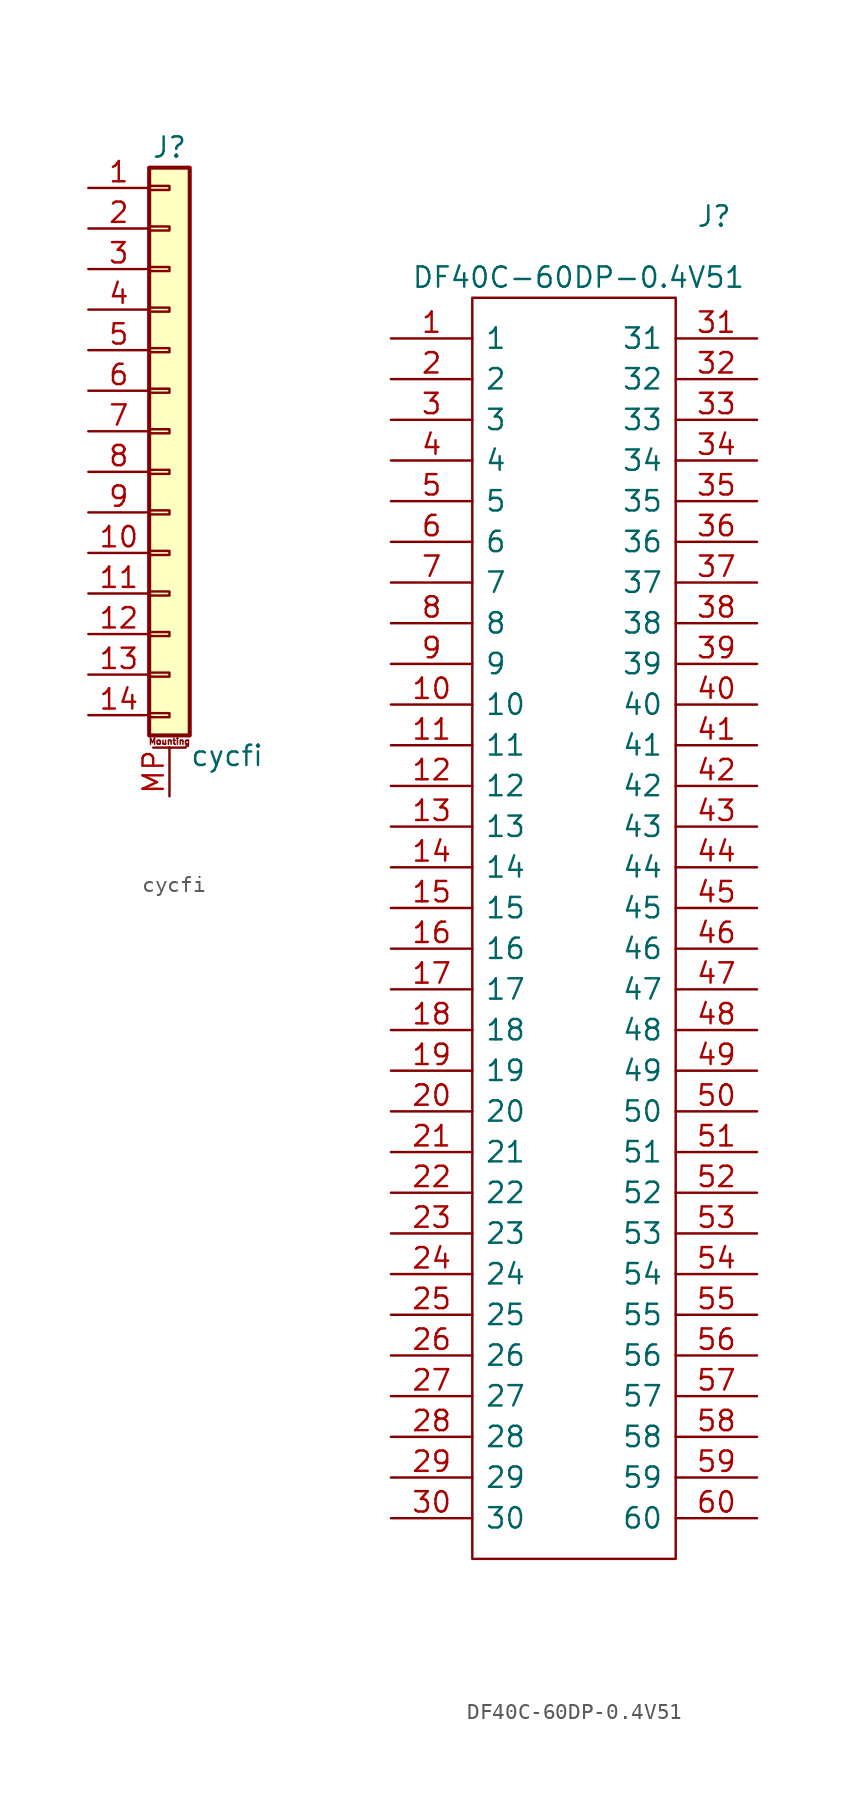
<source format=kicad_sym>
(kicad_symbol_lib
  (version 20241209)
  (generator "kicad_symbol_editor")
  (generator_version "9.0")
  (symbol "cycfi"
    (pin_names
      (offset 1.016)
      (hide yes))
    (property "Reference" "J"
      (at 0 17.78 0)
      (effects (font (size 1.27 1.27))))
    (property "Value" "cycfi"
      (at 1.27 -20.32 0)
      (effects (font (size 1.27 1.27)) (justify left)))
    (symbol "cycfi_1_1"
      (rectangle (start -1.27 16.51) (end 1.27 -19.05) (stroke (width 0.254) (type default)) (fill (type background)))
      (rectangle (start -1.27 15.367) (end 0 15.113) (stroke (width 0.152) (type default)) (fill (type none)))
      (rectangle (start -1.27 12.827) (end 0 12.573) (stroke (width 0.152) (type default)) (fill (type none)))
      (rectangle (start -1.27 10.287) (end 0 10.033) (stroke (width 0.152) (type default)) (fill (type none)))
      (rectangle (start -1.27 7.747) (end 0 7.493) (stroke (width 0.152) (type default)) (fill (type none)))
      (rectangle (start -1.27 5.207) (end 0 4.953) (stroke (width 0.152) (type default)) (fill (type none)))
      (rectangle (start -1.27 2.667) (end 0 2.413) (stroke (width 0.152) (type default)) (fill (type none)))
      (rectangle (start -1.27 0.127) (end 0 -0.127) (stroke (width 0.152) (type default)) (fill (type none)))
      (rectangle (start -1.27 -2.413) (end 0 -2.667) (stroke (width 0.152) (type default)) (fill (type none)))
      (rectangle (start -1.27 -4.953) (end 0 -5.207) (stroke (width 0.152) (type default)) (fill (type none)))
      (rectangle (start -1.27 -7.493) (end 0 -7.747) (stroke (width 0.152) (type default)) (fill (type none)))
      (rectangle (start -1.27 -10.033) (end 0 -10.287) (stroke (width 0.152) (type default)) (fill (type none)))
      (rectangle (start -1.27 -12.573) (end 0 -12.827) (stroke (width 0.152) (type default)) (fill (type none)))
      (rectangle (start -1.27 -15.113) (end 0 -15.367) (stroke (width 0.152) (type default)) (fill (type none)))
      (rectangle (start -1.27 -17.653) (end 0 -17.907) (stroke (width 0.152) (type default)) (fill (type none)))
      (polyline (pts (xy -1.016 -19.812) (xy 1.016 -19.812)) (stroke (width 0.152) (type default)) (fill (type none)))
      (text "Mounting" (at 0 -19.431 0) (effects (font (size 0.381 0.381))))
      (pin passive line (at -5.08 15.24 0) (length 3.81) (name "Pin_1" (effects (font (size 1.27 1.27)))) (number "1" (effects (font (size 1.27 1.27)))))
      (pin passive line (at -5.08 12.7 0) (length 3.81) (name "Pin_2" (effects (font (size 1.27 1.27)))) (number "2" (effects (font (size 1.27 1.27)))))
      (pin passive line (at -5.08 10.16 0) (length 3.81) (name "Pin_3" (effects (font (size 1.27 1.27)))) (number "3" (effects (font (size 1.27 1.27)))))
      (pin passive line (at -5.08 7.62 0) (length 3.81) (name "Pin_4" (effects (font (size 1.27 1.27)))) (number "4" (effects (font (size 1.27 1.27)))))
      (pin passive line (at -5.08 5.08 0) (length 3.81) (name "Pin_5" (effects (font (size 1.27 1.27)))) (number "5" (effects (font (size 1.27 1.27)))))
      (pin passive line (at -5.08 2.54 0) (length 3.81) (name "Pin_6" (effects (font (size 1.27 1.27)))) (number "6" (effects (font (size 1.27 1.27)))))
      (pin passive line (at -5.08 0 0) (length 3.81) (name "Pin_7" (effects (font (size 1.27 1.27)))) (number "7" (effects (font (size 1.27 1.27)))))
      (pin passive line (at -5.08 -2.54 0) (length 3.81) (name "Pin_8" (effects (font (size 1.27 1.27)))) (number "8" (effects (font (size 1.27 1.27)))))
      (pin passive line (at -5.08 -5.08 0) (length 3.81) (name "Pin_9" (effects (font (size 1.27 1.27)))) (number "9" (effects (font (size 1.27 1.27)))))
      (pin passive line (at -5.08 -7.62 0) (length 3.81) (name "Pin_10" (effects (font (size 1.27 1.27)))) (number "10" (effects (font (size 1.27 1.27)))))
      (pin passive line (at -5.08 -10.16 0) (length 3.81) (name "Pin_11" (effects (font (size 1.27 1.27)))) (number "11" (effects (font (size 1.27 1.27)))))
      (pin passive line (at -5.08 -12.7 0) (length 3.81) (name "Pin_12" (effects (font (size 1.27 1.27)))) (number "12" (effects (font (size 1.27 1.27)))))
      (pin passive line (at -5.08 -15.24 0) (length 3.81) (name "Pin_13" (effects (font (size 1.27 1.27)))) (number "13" (effects (font (size 1.27 1.27)))))
      (pin passive line (at -5.08 -17.78 0) (length 3.81) (name "Pin_14" (effects (font (size 1.27 1.27)))) (number "14" (effects (font (size 1.27 1.27)))))
      (pin passive line (at 0 -22.86 90) (length 3.048) (name "MountPin" (effects (font (size 1.27 1.27)))) (number "MP" (effects (font (size 1.27 1.27)))))))
  (symbol "DF40C-60DP-0.4V51"
    (pin_names
      (offset 0.762))
    (property "Reference" "J"
      (at 19.05 7.62 0)
      (effects (font (size 1.27 1.27)) (justify left)))
    (property "Value" "DF40C-60DP-0.4V51"
      (at 1.27 3.81 0)
      (effects (font (size 1.27 1.27)) (justify left)))
    (symbol "DF40C-60DP-0.4V51_0_0"
      (pin passive line (at 0 0 0) (length 5.08) (name "1" (effects (font (size 1.27 1.27)))) (number "1" (effects (font (size 1.27 1.27)))))
      (pin passive line (at 0 -2.54 0) (length 5.08) (name "2" (effects (font (size 1.27 1.27)))) (number "2" (effects (font (size 1.27 1.27)))))
      (pin passive line (at 0 -5.08 0) (length 5.08) (name "3" (effects (font (size 1.27 1.27)))) (number "3" (effects (font (size 1.27 1.27)))))
      (pin passive line (at 0 -7.62 0) (length 5.08) (name "4" (effects (font (size 1.27 1.27)))) (number "4" (effects (font (size 1.27 1.27)))))
      (pin passive line (at 0 -10.16 0) (length 5.08) (name "5" (effects (font (size 1.27 1.27)))) (number "5" (effects (font (size 1.27 1.27)))))
      (pin passive line (at 0 -12.7 0) (length 5.08) (name "6" (effects (font (size 1.27 1.27)))) (number "6" (effects (font (size 1.27 1.27)))))
      (pin passive line (at 0 -15.24 0) (length 5.08) (name "7" (effects (font (size 1.27 1.27)))) (number "7" (effects (font (size 1.27 1.27)))))
      (pin passive line (at 0 -17.78 0) (length 5.08) (name "8" (effects (font (size 1.27 1.27)))) (number "8" (effects (font (size 1.27 1.27)))))
      (pin passive line (at 0 -20.32 0) (length 5.08) (name "9" (effects (font (size 1.27 1.27)))) (number "9" (effects (font (size 1.27 1.27)))))
      (pin passive line (at 0 -22.86 0) (length 5.08) (name "10" (effects (font (size 1.27 1.27)))) (number "10" (effects (font (size 1.27 1.27)))))
      (pin passive line (at 0 -25.4 0) (length 5.08) (name "11" (effects (font (size 1.27 1.27)))) (number "11" (effects (font (size 1.27 1.27)))))
      (pin passive line (at 0 -27.94 0) (length 5.08) (name "12" (effects (font (size 1.27 1.27)))) (number "12" (effects (font (size 1.27 1.27)))))
      (pin passive line (at 0 -30.48 0) (length 5.08) (name "13" (effects (font (size 1.27 1.27)))) (number "13" (effects (font (size 1.27 1.27)))))
      (pin passive line (at 0 -33.02 0) (length 5.08) (name "14" (effects (font (size 1.27 1.27)))) (number "14" (effects (font (size 1.27 1.27)))))
      (pin passive line (at 0 -35.56 0) (length 5.08) (name "15" (effects (font (size 1.27 1.27)))) (number "15" (effects (font (size 1.27 1.27)))))
      (pin passive line (at 0 -38.1 0) (length 5.08) (name "16" (effects (font (size 1.27 1.27)))) (number "16" (effects (font (size 1.27 1.27)))))
      (pin passive line (at 0 -40.64 0) (length 5.08) (name "17" (effects (font (size 1.27 1.27)))) (number "17" (effects (font (size 1.27 1.27)))))
      (pin passive line (at 0 -43.18 0) (length 5.08) (name "18" (effects (font (size 1.27 1.27)))) (number "18" (effects (font (size 1.27 1.27)))))
      (pin passive line (at 0 -45.72 0) (length 5.08) (name "19" (effects (font (size 1.27 1.27)))) (number "19" (effects (font (size 1.27 1.27)))))
      (pin passive line (at 0 -48.26 0) (length 5.08) (name "20" (effects (font (size 1.27 1.27)))) (number "20" (effects (font (size 1.27 1.27)))))
      (pin passive line (at 0 -50.8 0) (length 5.08) (name "21" (effects (font (size 1.27 1.27)))) (number "21" (effects (font (size 1.27 1.27)))))
      (pin passive line (at 0 -53.34 0) (length 5.08) (name "22" (effects (font (size 1.27 1.27)))) (number "22" (effects (font (size 1.27 1.27)))))
      (pin passive line (at 0 -55.88 0) (length 5.08) (name "23" (effects (font (size 1.27 1.27)))) (number "23" (effects (font (size 1.27 1.27)))))
      (pin passive line (at 0 -58.42 0) (length 5.08) (name "24" (effects (font (size 1.27 1.27)))) (number "24" (effects (font (size 1.27 1.27)))))
      (pin passive line (at 0 -60.96 0) (length 5.08) (name "25" (effects (font (size 1.27 1.27)))) (number "25" (effects (font (size 1.27 1.27)))))
      (pin passive line (at 0 -63.5 0) (length 5.08) (name "26" (effects (font (size 1.27 1.27)))) (number "26" (effects (font (size 1.27 1.27)))))
      (pin passive line (at 0 -66.04 0) (length 5.08) (name "27" (effects (font (size 1.27 1.27)))) (number "27" (effects (font (size 1.27 1.27)))))
      (pin passive line (at 0 -68.58 0) (length 5.08) (name "28" (effects (font (size 1.27 1.27)))) (number "28" (effects (font (size 1.27 1.27)))))
      (pin passive line (at 0 -71.12 0) (length 5.08) (name "29" (effects (font (size 1.27 1.27)))) (number "29" (effects (font (size 1.27 1.27)))))
      (pin passive line (at 0 -73.66 0) (length 5.08) (name "30" (effects (font (size 1.27 1.27)))) (number "30" (effects (font (size 1.27 1.27)))))
      (pin passive line (at 22.86 0 180) (length 5.08) (name "31" (effects (font (size 1.27 1.27)))) (number "31" (effects (font (size 1.27 1.27)))))
      (pin passive line (at 22.86 -2.54 180) (length 5.08) (name "32" (effects (font (size 1.27 1.27)))) (number "32" (effects (font (size 1.27 1.27)))))
      (pin passive line (at 22.86 -5.08 180) (length 5.08) (name "33" (effects (font (size 1.27 1.27)))) (number "33" (effects (font (size 1.27 1.27)))))
      (pin passive line (at 22.86 -7.62 180) (length 5.08) (name "34" (effects (font (size 1.27 1.27)))) (number "34" (effects (font (size 1.27 1.27)))))
      (pin passive line (at 22.86 -10.16 180) (length 5.08) (name "35" (effects (font (size 1.27 1.27)))) (number "35" (effects (font (size 1.27 1.27)))))
      (pin passive line (at 22.86 -12.7 180) (length 5.08) (name "36" (effects (font (size 1.27 1.27)))) (number "36" (effects (font (size 1.27 1.27)))))
      (pin passive line (at 22.86 -15.24 180) (length 5.08) (name "37" (effects (font (size 1.27 1.27)))) (number "37" (effects (font (size 1.27 1.27)))))
      (pin passive line (at 22.86 -17.78 180) (length 5.08) (name "38" (effects (font (size 1.27 1.27)))) (number "38" (effects (font (size 1.27 1.27)))))
      (pin passive line (at 22.86 -20.32 180) (length 5.08) (name "39" (effects (font (size 1.27 1.27)))) (number "39" (effects (font (size 1.27 1.27)))))
      (pin passive line (at 22.86 -22.86 180) (length 5.08) (name "40" (effects (font (size 1.27 1.27)))) (number "40" (effects (font (size 1.27 1.27)))))
      (pin passive line (at 22.86 -25.4 180) (length 5.08) (name "41" (effects (font (size 1.27 1.27)))) (number "41" (effects (font (size 1.27 1.27)))))
      (pin passive line (at 22.86 -27.94 180) (length 5.08) (name "42" (effects (font (size 1.27 1.27)))) (number "42" (effects (font (size 1.27 1.27)))))
      (pin passive line (at 22.86 -30.48 180) (length 5.08) (name "43" (effects (font (size 1.27 1.27)))) (number "43" (effects (font (size 1.27 1.27)))))
      (pin passive line (at 22.86 -33.02 180) (length 5.08) (name "44" (effects (font (size 1.27 1.27)))) (number "44" (effects (font (size 1.27 1.27)))))
      (pin passive line (at 22.86 -35.56 180) (length 5.08) (name "45" (effects (font (size 1.27 1.27)))) (number "45" (effects (font (size 1.27 1.27)))))
      (pin passive line (at 22.86 -38.1 180) (length 5.08) (name "46" (effects (font (size 1.27 1.27)))) (number "46" (effects (font (size 1.27 1.27)))))
      (pin passive line (at 22.86 -40.64 180) (length 5.08) (name "47" (effects (font (size 1.27 1.27)))) (number "47" (effects (font (size 1.27 1.27)))))
      (pin passive line (at 22.86 -43.18 180) (length 5.08) (name "48" (effects (font (size 1.27 1.27)))) (number "48" (effects (font (size 1.27 1.27)))))
      (pin passive line (at 22.86 -45.72 180) (length 5.08) (name "49" (effects (font (size 1.27 1.27)))) (number "49" (effects (font (size 1.27 1.27)))))
      (pin passive line (at 22.86 -48.26 180) (length 5.08) (name "50" (effects (font (size 1.27 1.27)))) (number "50" (effects (font (size 1.27 1.27)))))
      (pin passive line (at 22.86 -50.8 180) (length 5.08) (name "51" (effects (font (size 1.27 1.27)))) (number "51" (effects (font (size 1.27 1.27)))))
      (pin passive line (at 22.86 -53.34 180) (length 5.08) (name "52" (effects (font (size 1.27 1.27)))) (number "52" (effects (font (size 1.27 1.27)))))
      (pin passive line (at 22.86 -55.88 180) (length 5.08) (name "53" (effects (font (size 1.27 1.27)))) (number "53" (effects (font (size 1.27 1.27)))))
      (pin passive line (at 22.86 -58.42 180) (length 5.08) (name "54" (effects (font (size 1.27 1.27)))) (number "54" (effects (font (size 1.27 1.27)))))
      (pin passive line (at 22.86 -60.96 180) (length 5.08) (name "55" (effects (font (size 1.27 1.27)))) (number "55" (effects (font (size 1.27 1.27)))))
      (pin passive line (at 22.86 -63.5 180) (length 5.08) (name "56" (effects (font (size 1.27 1.27)))) (number "56" (effects (font (size 1.27 1.27)))))
      (pin passive line (at 22.86 -66.04 180) (length 5.08) (name "57" (effects (font (size 1.27 1.27)))) (number "57" (effects (font (size 1.27 1.27)))))
      (pin passive line (at 22.86 -68.58 180) (length 5.08) (name "58" (effects (font (size 1.27 1.27)))) (number "58" (effects (font (size 1.27 1.27)))))
      (pin passive line (at 22.86 -71.12 180) (length 5.08) (name "59" (effects (font (size 1.27 1.27)))) (number "59" (effects (font (size 1.27 1.27)))))
      (pin passive line (at 22.86 -73.66 180) (length 5.08) (name "60" (effects (font (size 1.27 1.27)))) (number "60" (effects (font (size 1.27 1.27))))))
    (symbol "DF40C-60DP-0.4V51_0_1"
      (polyline (pts (xy 5.08 2.54) (xy 17.78 2.54) (xy 17.78 -76.2) (xy 5.08 -76.2) (xy 5.08 2.54)) (stroke (width 0.152) (type default)) (fill (type none))))))
</source>
